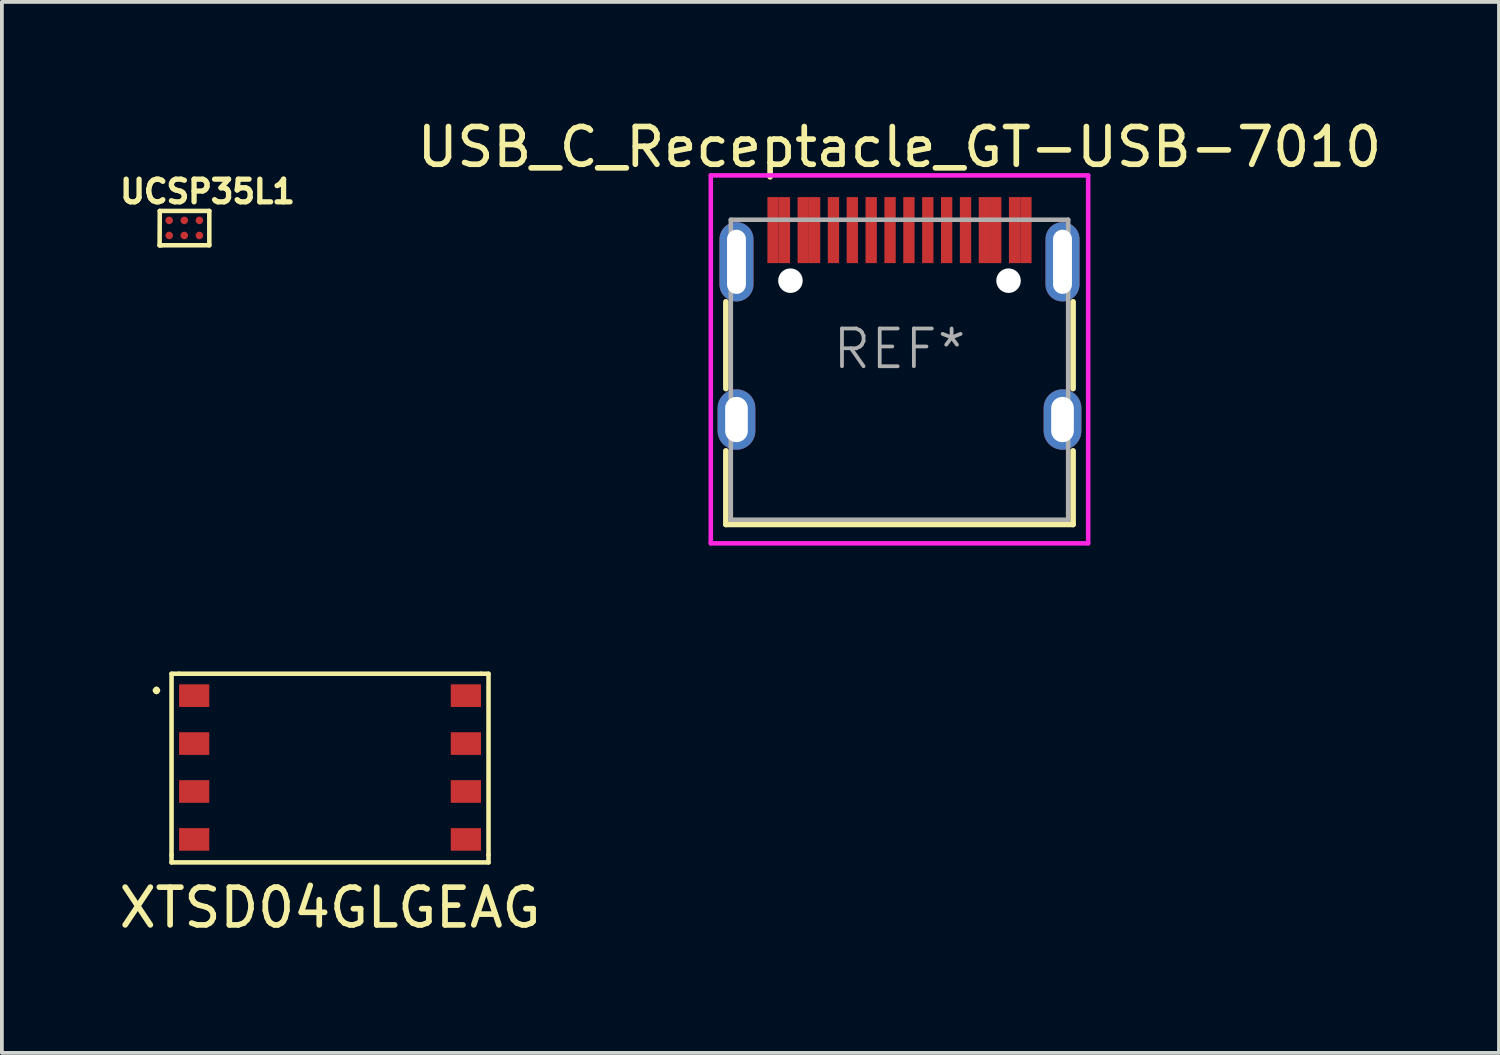
<source format=kicad_pcb>
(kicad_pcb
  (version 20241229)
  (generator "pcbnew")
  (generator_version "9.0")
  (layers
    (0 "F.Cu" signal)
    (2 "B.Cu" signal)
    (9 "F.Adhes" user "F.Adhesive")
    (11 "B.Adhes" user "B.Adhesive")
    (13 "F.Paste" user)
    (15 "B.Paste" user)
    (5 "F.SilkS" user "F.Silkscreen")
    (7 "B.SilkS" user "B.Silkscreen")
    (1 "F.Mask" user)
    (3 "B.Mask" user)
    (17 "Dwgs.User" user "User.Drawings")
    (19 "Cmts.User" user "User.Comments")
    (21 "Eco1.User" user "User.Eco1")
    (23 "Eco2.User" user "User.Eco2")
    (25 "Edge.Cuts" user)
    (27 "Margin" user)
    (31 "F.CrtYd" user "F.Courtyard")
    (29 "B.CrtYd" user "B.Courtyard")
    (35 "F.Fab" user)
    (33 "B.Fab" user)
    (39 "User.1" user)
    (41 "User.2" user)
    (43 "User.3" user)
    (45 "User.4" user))
  (footprint "USB_C_Receptacle_GT-USB-7010"
    (layer "F.Cu")
    (at 20.787 6.198)
    (property "Reference" "USB_C_Receptacle_GT-USB-7010" (at 0 -5.35 0) (layer "F.SilkS") (effects (font (size 1 1) (thickness 0.15))))
    (attr through_hole)
    (fp_line (start -4.6 1.05) (end -4.6 -1.25) (stroke (width 0.15) (type solid)) (layer "F.SilkS"))
    (fp_line (start -4.6 4.65) (end -4.6 2.7) (stroke (width 0.15) (type solid)) (layer "F.SilkS"))
    (fp_line (start 4.6 1.05) (end 4.6 -1.25) (stroke (width 0.15) (type solid)) (layer "F.SilkS"))
    (fp_line (start 4.6 4.65) (end -4.6 4.65) (stroke (width 0.15) (type solid)) (layer "F.SilkS"))
    (fp_line (start 4.6 4.65) (end 4.6 2.7) (stroke (width 0.15) (type solid)) (layer "F.SilkS"))
    (fp_line (start -5 -4.6) (end -5 5.15) (stroke (width 0.12) (type solid)) (layer "F.CrtYd"))
    (fp_line (start -5 -4.6) (end 5 -4.6) (stroke (width 0.12) (type solid)) (layer "F.CrtYd"))
    (fp_line (start -5 5.15) (end 5 5.15) (stroke (width 0.12) (type solid)) (layer "F.CrtYd"))
    (fp_line (start 5 -4.6) (end 5 5.15) (stroke (width 0.12) (type solid)) (layer "F.CrtYd"))
    (fp_line (start -4.47 -3.425) (end -4.47 4.525) (stroke (width 0.12) (type solid)) (layer "F.Fab"))
    (fp_line (start -4.47 -3.425) (end 4.47 -3.425) (stroke (width 0.12) (type solid)) (layer "F.Fab"))
    (fp_line (start 4.47 -3.425) (end 4.47 4.525) (stroke (width 0.12) (type solid)) (layer "F.Fab"))
    (fp_line (start 4.47 4.525) (end -4.47 4.525) (stroke (width 0.12) (type solid)) (layer "F.Fab"))
    (fp_text user "REF*" (at 0 0 0) (layer "F.Fab") (effects (font (size 1 1) (thickness 0.1))))
    (pad "" np_thru_hole circle (at -2.89 -1.81) (size 0.65 0.65) (drill 0.65) (layers "*.Cu" "*.Mask"))
    (pad "" np_thru_hole circle (at 2.89 -1.81) (size 0.65 0.65) (drill 0.65) (layers "*.Cu" "*.Mask"))
    (pad "A1" smd rect (at -3.35 -3.15) (size 0.3 1.75) (layers "F.Cu" "F.Mask" "F.Paste"))
    (pad "A4" smd rect (at -2.55 -3.15) (size 0.3 1.75) (layers "F.Cu" "F.Mask" "F.Paste"))
    (pad "A5" smd rect (at -1.25 -3.15) (size 0.3 1.75) (layers "F.Cu" "F.Mask" "F.Paste"))
    (pad "A6" smd rect (at -0.25 -3.15) (size 0.3 1.75) (layers "F.Cu" "F.Mask" "F.Paste"))
    (pad "A7" smd rect (at 0.25 -3.15) (size 0.3 1.75) (layers "F.Cu" "F.Mask" "F.Paste"))
    (pad "A8" smd rect (at 1.25 -3.15) (size 0.3 1.75) (layers "F.Cu" "F.Mask" "F.Paste"))
    (pad "A9" smd rect (at 2.55 -3.15) (size 0.3 1.75) (layers "F.Cu" "F.Mask" "F.Paste"))
    (pad "A12" smd rect (at 3.35 -3.15) (size 0.3 1.75) (layers "F.Cu" "F.Mask" "F.Paste"))
    (pad "B1" smd rect (at 3.05 -3.15) (size 0.3 1.75) (layers "F.Cu" "F.Mask" "F.Paste"))
    (pad "B4" smd rect (at 2.25 -3.15) (size 0.3 1.75) (layers "F.Cu" "F.Mask" "F.Paste"))
    (pad "B5" smd rect (at 1.75 -3.15) (size 0.3 1.75) (layers "F.Cu" "F.Mask" "F.Paste"))
    (pad "B6" smd rect (at 0.75 -3.15) (size 0.3 1.75) (layers "F.Cu" "F.Mask" "F.Paste"))
    (pad "B7" smd rect (at -0.75 -3.15) (size 0.3 1.75) (layers "F.Cu" "F.Mask" "F.Paste"))
    (pad "B8" smd rect (at -1.75 -3.15) (size 0.3 1.75) (layers "F.Cu" "F.Mask" "F.Paste"))
    (pad "B9" smd rect (at -2.25 -3.15) (size 0.3 1.75) (layers "F.Cu" "F.Mask" "F.Paste"))
    (pad "B12" smd rect (at -3.05 -3.15) (size 0.3 1.75) (layers "F.Cu" "F.Mask" "F.Paste"))
    (pad "S1" thru_hole oval (at -4.32 -2.31) (size 0.9 2.1) (drill oval 0.5 1.7) (layers "*.Cu" "*.Mask"))
    (pad "S1" thru_hole oval (at -4.32 1.87) (size 1 1.6) (drill oval 0.6 1.2) (layers "*.Cu" "*.Mask"))
    (pad "S1" thru_hole oval (at 4.32 -2.31) (size 0.9 2.1) (drill oval 0.5 1.7) (layers "*.Cu" "*.Mask"))
    (pad "S1" thru_hole oval (at 4.32 1.87) (size 1 1.6) (drill oval 0.6 1.2) (layers "*.Cu" "*.Mask")))
  (footprint "UCSP35L1"
    (layer "F.Cu")
    (at 3.974 0.25)
    (property "Reference" "UCSP35L1" (at -1.524 1.778 0) (layer "F.SilkS") (effects (font (size 0.6 0.6) (thickness 0.14))))
    (attr through_hole)
    (fp_line (start -2.794 3.2) (end -2.743 3.2) (stroke (width 0.12) (type solid)) (layer "F.SilkS"))
    (fp_line (start -2.79 2.29) (end -2.794 3.2) (stroke (width 0.12) (type solid)) (layer "F.SilkS"))
    (fp_line (start -1.477 2.29) (end -2.79 2.29) (stroke (width 0.12) (type solid)) (layer "F.SilkS"))
    (fp_line (start -1.477 3.2) (end -2.79 3.2) (stroke (width 0.12) (type solid)) (layer "F.SilkS"))
    (fp_line (start -1.477 3.2) (end -1.477 2.29) (stroke (width 0.12) (type solid)) (layer "F.SilkS"))
    (pad "A1" smd circle (at -2.54 2.94) (size 0.2 0.2) (layers "F.Cu" "F.Mask" "F.Paste"))
    (pad "A1" smd circle (at -2.14 2.94) (size 0.2 0.2) (layers "F.Cu" "F.Mask" "F.Paste"))
    (pad "A1" smd circle (at -1.74 2.94) (size 0.2 0.2) (layers "F.Cu" "F.Mask" "F.Paste"))
    (pad "B1" smd circle (at -2.54 2.54) (size 0.2 0.2) (layers "F.Cu" "F.Mask" "F.Paste"))
    (pad "B2" smd circle (at -2.14 2.54) (size 0.2 0.2) (layers "F.Cu" "F.Mask" "F.Paste"))
    (pad "B3" smd circle (at -1.74 2.54) (size 0.2 0.2) (layers "F.Cu" "F.Mask" "F.Paste")))
  (footprint "XTSD04GLGEAG"
    (layer "F.Cu")
    (at 5.696 17.405)
    (property "Reference" "XTSD04GLGEAG" (at 0 3.6 0) (layer "F.SilkS") (effects (font (size 1 1) (thickness 0.15))))
    (attr through_hole)
    (fp_line (start -4.2 -2.6) (end -4.2 2.2) (stroke (width 0.12) (type solid)) (layer "F.SilkS"))
    (fp_line (start -4.2 -2.6) (end -4 -2.6) (stroke (width 0.12) (type solid)) (layer "F.SilkS"))
    (fp_line (start -4.2 2.4) (end -4.2 2.2) (stroke (width 0.12) (type solid)) (layer "F.SilkS"))
    (fp_line (start -4 -2.6) (end 4 -2.6) (stroke (width 0.12) (type solid)) (layer "F.SilkS"))
    (fp_line (start 4 -2.6) (end 4.2 -2.6) (stroke (width 0.12) (type solid)) (layer "F.SilkS"))
    (fp_line (start 4.2 -2.6) (end 4.2 2.2) (stroke (width 0.12) (type solid)) (layer "F.SilkS"))
    (fp_line (start 4.2 2.2) (end 4.2 2.4) (stroke (width 0.12) (type solid)) (layer "F.SilkS"))
    (fp_line (start 4.2 2.4) (end -4.2 2.4) (stroke (width 0.12) (type solid)) (layer "F.SilkS"))
    (fp_text user "." (at -4.6 -2.4 0) (layer "F.SilkS") (effects (font (size 0.6 0.6) (thickness 0.14))))
    (pad "1" smd rect (at -3.6 -2.02) (size 0.8 0.6) (layers "F.Cu" "F.Mask" "F.Paste"))
    (pad "2" smd rect (at -3.6 -0.75) (size 0.8 0.6) (layers "F.Cu" "F.Mask" "F.Paste"))
    (pad "3" smd rect (at -3.6 0.52) (size 0.8 0.6) (layers "F.Cu" "F.Mask" "F.Paste"))
    (pad "4" smd rect (at -3.6 1.79) (size 0.8 0.6) (layers "F.Cu" "F.Mask" "F.Paste"))
    (pad "5" smd rect (at 3.6 1.79) (size 0.8 0.6) (layers "F.Cu" "F.Mask" "F.Paste"))
    (pad "6" smd rect (at 3.6 0.52) (size 0.8 0.6) (layers "F.Cu" "F.Mask" "F.Paste"))
    (pad "7" smd rect (at 3.6 -0.75) (size 0.8 0.6) (layers "F.Cu" "F.Mask" "F.Paste"))
    (pad "8" smd rect (at 3.6 -2.02) (size 0.8 0.6) (layers "F.Cu" "F.Mask" "F.Paste")))
  (gr_rect
    (start -3 -3)
    (end 36.674 24.853)
    (stroke (width 0.1) (type default))
    (fill no)
    (layer "Edge.Cuts")))
</source>
